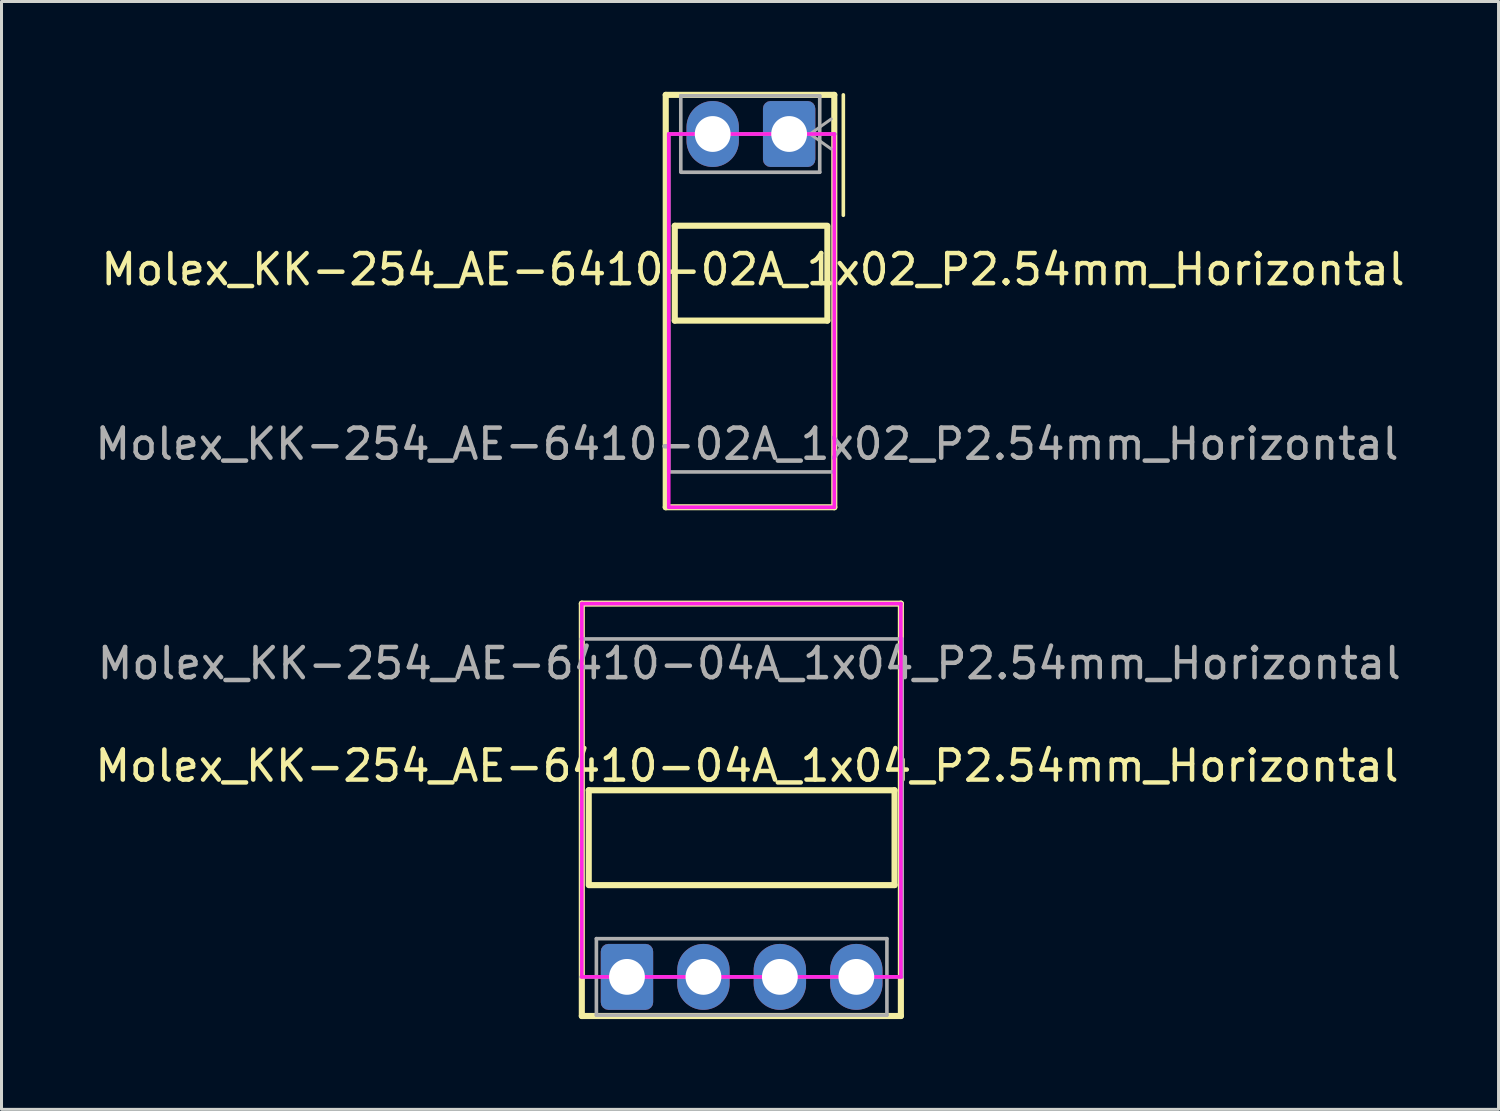
<source format=kicad_pcb>
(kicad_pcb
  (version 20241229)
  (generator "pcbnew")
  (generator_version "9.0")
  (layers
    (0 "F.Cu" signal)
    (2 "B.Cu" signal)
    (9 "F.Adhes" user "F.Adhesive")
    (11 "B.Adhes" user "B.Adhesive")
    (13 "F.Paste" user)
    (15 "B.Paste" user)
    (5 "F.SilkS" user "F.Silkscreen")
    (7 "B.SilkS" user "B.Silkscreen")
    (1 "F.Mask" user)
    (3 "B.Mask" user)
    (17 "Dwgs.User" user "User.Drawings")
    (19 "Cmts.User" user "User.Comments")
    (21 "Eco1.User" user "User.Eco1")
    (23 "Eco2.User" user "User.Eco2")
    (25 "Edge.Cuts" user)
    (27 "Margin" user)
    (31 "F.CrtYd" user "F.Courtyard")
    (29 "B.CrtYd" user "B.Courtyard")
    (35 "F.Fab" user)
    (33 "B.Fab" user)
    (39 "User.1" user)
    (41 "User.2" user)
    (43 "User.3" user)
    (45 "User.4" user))
  (footprint "Molex_KK-254_AE-6410-02A_1x02_P2.54mm_Horizontal"
    (layer "F.Cu")
    (at 21.768 6.702)
    (property "Reference" "Molex_KK-254_AE-6410-02A_1x02_P2.54mm_Horizontal" (at 0.2 -0.8 180) (layer "F.SilkS") (effects (font (size 1 1) (thickness 0.15))))
    (attr through_hole)
    (fp_line (start -2.7 -6.6) (end 2.9 -6.6) (stroke (width 0.203) (type solid)) (layer "F.SilkS"))
    (fp_line (start -2.7 7.1) (end -2.7 -6.6) (stroke (width 0.203) (type solid)) (layer "F.SilkS"))
    (fp_line (start -2.4 -2.25) (end -2.4 0.9) (stroke (width 0.203) (type solid)) (layer "F.SilkS"))
    (fp_line (start -2.4 0.9) (end 2.67 0.9) (stroke (width 0.203) (type solid)) (layer "F.SilkS"))
    (fp_line (start 2.67 -2.252) (end -2.4 -2.252) (stroke (width 0.203) (type solid)) (layer "F.SilkS"))
    (fp_line (start 2.67 0.9) (end 2.67 -2.2) (stroke (width 0.203) (type solid)) (layer "F.SilkS"))
    (fp_line (start 2.9 -6.6) (end 2.9 7.1) (stroke (width 0.203) (type solid)) (layer "F.SilkS"))
    (fp_line (start 2.9 7.1) (end -2.7 7.1) (stroke (width 0.203) (type solid)) (layer "F.SilkS"))
    (fp_line (start 3.2 -2.6) (end 3.2 -6.6) (stroke (width 0.12) (type solid)) (layer "F.SilkS"))
    (fp_line (start -2.6 -5.3) (end -2.6 7.1) (stroke (width 0.12) (type solid)) (layer "F.CrtYd"))
    (fp_line (start 2.9 -5.3) (end -2.6 -5.3) (stroke (width 0.12) (type solid)) (layer "F.CrtYd"))
    (fp_line (start 2.9 -5.3) (end 2.9 7.1) (stroke (width 0.12) (type solid)) (layer "F.CrtYd"))
    (fp_line (start 2.9 7.1) (end -2.6 7.1) (stroke (width 0.12) (type solid)) (layer "F.CrtYd"))
    (fp_line (start -2.6 -5.3) (end -2.6 5.927) (stroke (width 0.12) (type solid)) (layer "F.Fab"))
    (fp_line (start -2.2 -6.57) (end -2.2 -4.06) (stroke (width 0.12) (type solid)) (layer "F.Fab"))
    (fp_line (start -2.2 -4.03) (end 2.416 -4.03) (stroke (width 0.12) (type solid)) (layer "F.Fab"))
    (fp_line (start 2.093 -5.3) (end 2.8 -5.8) (stroke (width 0.1) (type solid)) (layer "F.Fab"))
    (fp_line (start 2.416 -6.57) (end -2.2 -6.57) (stroke (width 0.12) (type solid)) (layer "F.Fab"))
    (fp_line (start 2.416 -4.03) (end 2.416 -6.57) (stroke (width 0.12) (type solid)) (layer "F.Fab"))
    (fp_line (start 2.8 -4.8) (end 2.093 -5.3) (stroke (width 0.1) (type solid)) (layer "F.Fab"))
    (fp_line (start 2.9 5.927) (end -2.6 5.927) (stroke (width 0.12) (type solid)) (layer "F.Fab"))
    (fp_line (start 2.924 -5.3) (end -2.6 -5.3) (stroke (width 0.12) (type solid)) (layer "F.Fab"))
    (fp_text user "${REFERENCE}" (at 0 5 180) (layer "F.Fab") (effects (font (size 1 1) (thickness 0.15))))
    (pad "1" thru_hole roundrect (at 1.4 -5.3 180) (size 1.74 2.19) (drill 1.19) (layers "*.Cu" "*.Mask") (roundrect_rratio 0.144))
    (pad "2" thru_hole oval (at -1.14 -5.3 180) (size 1.74 2.19) (drill 1.19) (layers "*.Cu" "*.Mask")))
  (footprint "Molex_KK-254_AE-6410-04A_1x04_P2.54mm_Horizontal"
    (layer "F.Cu")
    (at 17.78 29.405)
    (property "Reference" "Molex_KK-254_AE-6410-04A_1x04_P2.54mm_Horizontal" (at 3.988 -7.01 0) (layer "F.SilkS") (effects (font (size 1 1) (thickness 0.15))))
    (attr through_hole)
    (fp_line (start -1.5 -12.4) (end 9.1 -12.4) (stroke (width 0.203) (type solid)) (layer "F.SilkS"))
    (fp_line (start -1.5 1.3) (end -1.5 -12.4) (stroke (width 0.203) (type solid)) (layer "F.SilkS"))
    (fp_line (start -1.27 -6.2) (end -1.27 -3.1) (stroke (width 0.203) (type solid)) (layer "F.SilkS"))
    (fp_line (start -1.27 -3.048) (end 8.89 -3.048) (stroke (width 0.203) (type solid)) (layer "F.SilkS"))
    (fp_line (start 8.89 -6.2) (end -1.27 -6.2) (stroke (width 0.203) (type solid)) (layer "F.SilkS"))
    (fp_line (start 8.89 -3.05) (end 8.89 -6.2) (stroke (width 0.203) (type solid)) (layer "F.SilkS"))
    (fp_line (start 9.1 -12.4) (end 9.1 1.3) (stroke (width 0.203) (type solid)) (layer "F.SilkS"))
    (fp_line (start 9.1 1.3) (end -1.5 1.3) (stroke (width 0.203) (type solid)) (layer "F.SilkS"))
    (fp_line (start -1.5 -12.4) (end 9.1 -12.4) (stroke (width 0.12) (type solid)) (layer "F.CrtYd"))
    (fp_line (start -1.5 0) (end -1.5 -12.4) (stroke (width 0.12) (type solid)) (layer "F.CrtYd"))
    (fp_line (start -1.5 0) (end 9.1 0) (stroke (width 0.12) (type solid)) (layer "F.CrtYd"))
    (fp_line (start 9.1 0) (end 9.1 -12.4) (stroke (width 0.12) (type solid)) (layer "F.CrtYd"))
    (fp_line (start -1.524 -11.227) (end 9.144 -11.227) (stroke (width 0.12) (type solid)) (layer "F.Fab"))
    (fp_line (start -1.524 0) (end 9.144 0) (stroke (width 0.12) (type solid)) (layer "F.Fab"))
    (fp_line (start -1.016 -1.27) (end -1.016 1.27) (stroke (width 0.12) (type solid)) (layer "F.Fab"))
    (fp_line (start -1.016 1.27) (end 8.636 1.27) (stroke (width 0.12) (type solid)) (layer "F.Fab"))
    (fp_line (start 8.636 -1.27) (end -1.016 -1.27) (stroke (width 0.12) (type solid)) (layer "F.Fab"))
    (fp_line (start 8.636 1.27) (end 8.636 -1.27) (stroke (width 0.12) (type solid)) (layer "F.Fab"))
    (fp_line (start 9.144 0) (end 9.144 -11.227) (stroke (width 0.12) (type solid)) (layer "F.Fab"))
    (fp_text user "${REFERENCE}" (at 4.064 -10.414 0) (layer "F.Fab") (effects (font (size 1 1) (thickness 0.15))))
    (pad "1" thru_hole roundrect (at 0 0) (size 1.74 2.19) (drill 1.19) (layers "*.Cu" "*.Mask") (roundrect_rratio 0.144))
    (pad "2" thru_hole oval (at 2.54 0) (size 1.74 2.19) (drill 1.19) (layers "*.Cu" "*.Mask"))
    (pad "3" thru_hole oval (at 5.08 0) (size 1.74 2.19) (drill 1.19) (layers "*.Cu" "*.Mask"))
    (pad "4" thru_hole oval (at 7.62 0) (size 1.74 2.19) (drill 1.19) (layers "*.Cu" "*.Mask")))
  (gr_rect
    (start -3 -3)
    (end 46.736 33.806)
    (stroke (width 0.1) (type default))
    (fill no)
    (layer "Edge.Cuts")))
</source>
